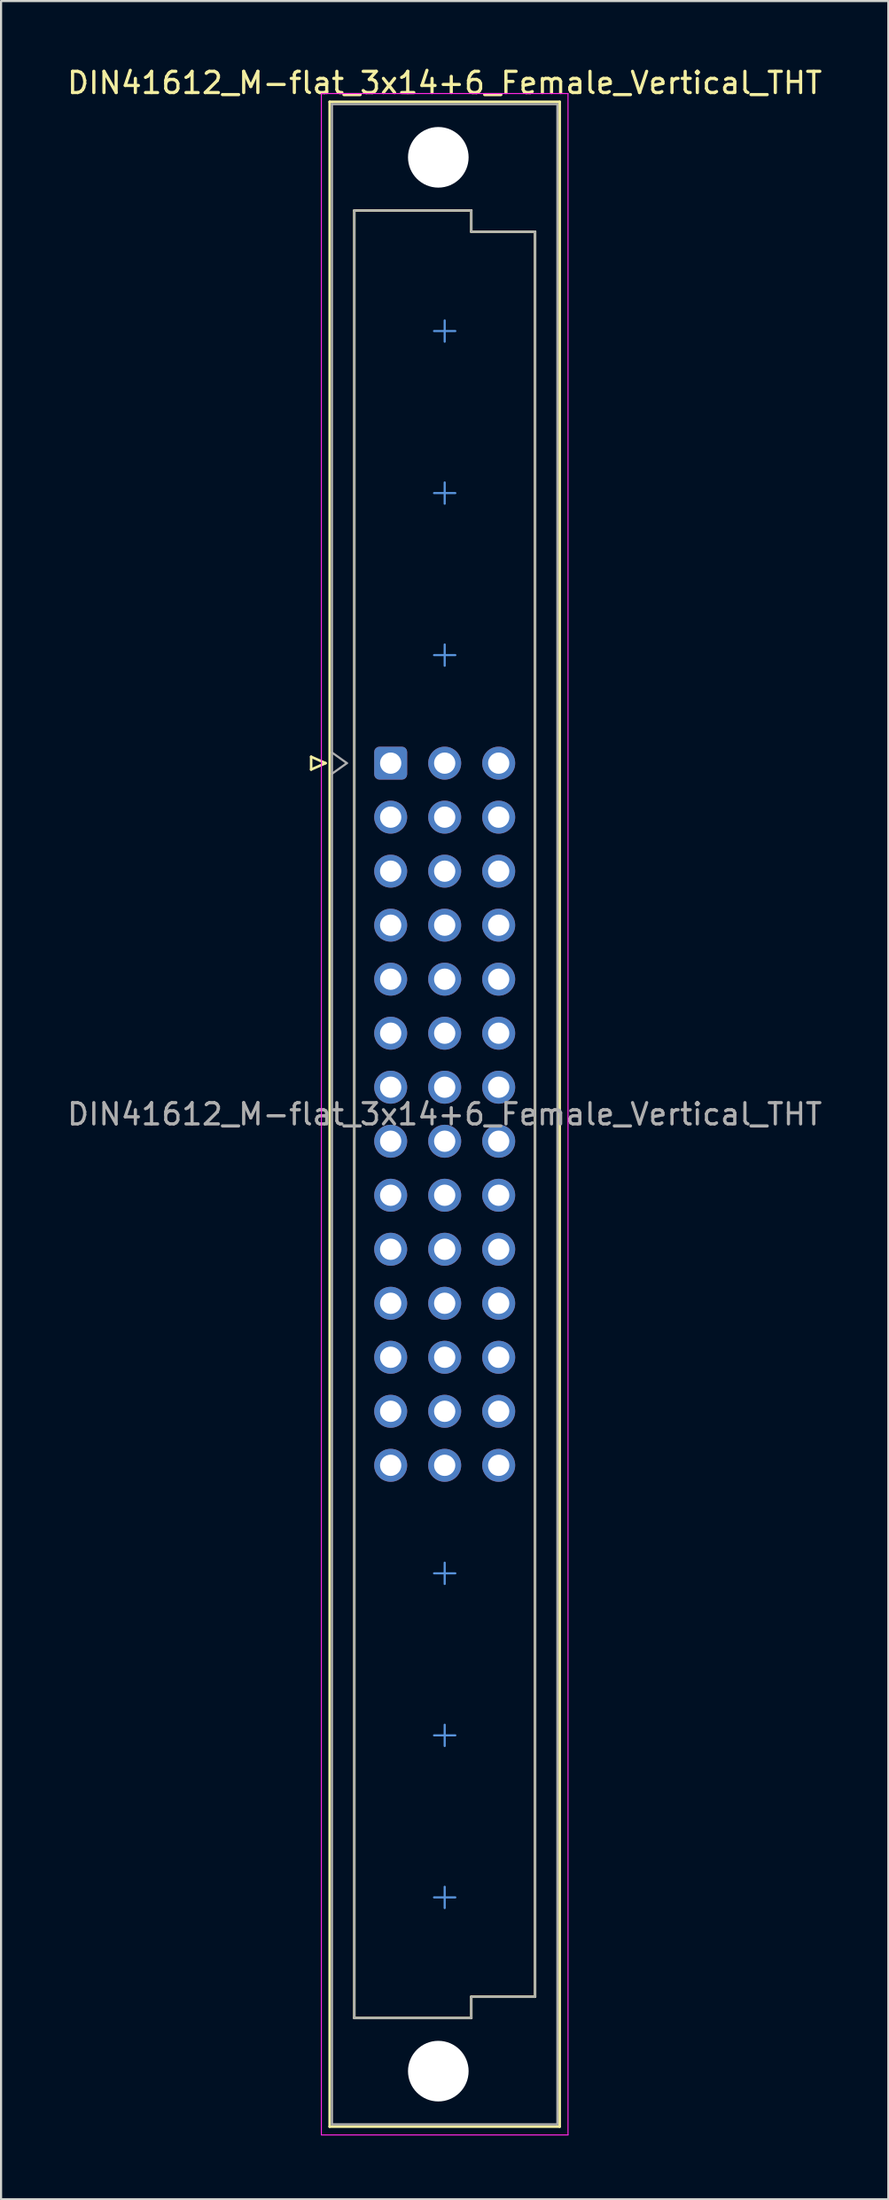
<source format=kicad_pcb>
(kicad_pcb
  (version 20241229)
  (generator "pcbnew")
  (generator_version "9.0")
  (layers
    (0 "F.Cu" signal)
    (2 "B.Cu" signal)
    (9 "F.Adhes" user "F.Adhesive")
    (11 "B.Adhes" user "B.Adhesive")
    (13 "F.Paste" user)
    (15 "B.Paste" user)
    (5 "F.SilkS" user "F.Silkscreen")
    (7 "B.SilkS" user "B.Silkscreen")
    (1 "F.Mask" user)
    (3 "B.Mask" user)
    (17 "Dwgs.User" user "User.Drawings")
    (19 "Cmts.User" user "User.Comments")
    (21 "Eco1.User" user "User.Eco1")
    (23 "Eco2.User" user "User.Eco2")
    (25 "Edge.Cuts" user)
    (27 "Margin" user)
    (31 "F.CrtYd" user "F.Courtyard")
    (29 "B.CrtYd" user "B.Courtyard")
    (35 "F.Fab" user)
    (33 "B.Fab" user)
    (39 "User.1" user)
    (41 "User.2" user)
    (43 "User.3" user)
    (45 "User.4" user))
  (footprint "DIN41612_M-flat_3x14+6_Female_Vertical_THT"
    (layer "F.Cu")
    (at 15.323 9.978)
    (property "Reference" "DIN41612_M-flat_3x14+6_Female_Vertical_THT" (at 2.54 -9.13 0) (layer "F.SilkS") (effects (font (size 1 1) (thickness 0.15))))
    (attr through_hole)
    (fp_line (start -3.74 22.56) (end -3.74 23.16) (stroke (width 0.12) (type solid)) (layer "F.SilkS"))
    (fp_line (start -3.74 23.16) (end -3.06 22.86) (stroke (width 0.12) (type solid)) (layer "F.SilkS"))
    (fp_line (start -3.06 22.86) (end -3.74 22.56) (stroke (width 0.12) (type solid)) (layer "F.SilkS"))
    (fp_line (start -2.87 -8.24) (end 7.95 -8.24) (stroke (width 0.12) (type solid)) (layer "F.SilkS"))
    (fp_line (start -2.87 86.98) (end -2.87 -8.24) (stroke (width 0.12) (type solid)) (layer "F.SilkS"))
    (fp_line (start -1.71 -3.13) (end 3.79 -3.13) (stroke (width 0.12) (type solid)) (layer "F.SilkS"))
    (fp_line (start -1.71 81.87) (end -1.71 -3.13) (stroke (width 0.12) (type solid)) (layer "F.SilkS"))
    (fp_line (start 3.79 -3.13) (end 3.79 -2.13) (stroke (width 0.12) (type solid)) (layer "F.SilkS"))
    (fp_line (start 3.79 -2.13) (end 6.79 -2.13) (stroke (width 0.12) (type solid)) (layer "F.SilkS"))
    (fp_line (start 3.79 80.87) (end 3.79 81.87) (stroke (width 0.12) (type solid)) (layer "F.SilkS"))
    (fp_line (start 3.79 81.87) (end -1.71 81.87) (stroke (width 0.12) (type solid)) (layer "F.SilkS"))
    (fp_line (start 6.79 -2.13) (end 6.79 80.87) (stroke (width 0.12) (type solid)) (layer "F.SilkS"))
    (fp_line (start 6.79 80.87) (end 3.79 80.87) (stroke (width 0.12) (type solid)) (layer "F.SilkS"))
    (fp_line (start 7.95 -8.24) (end 7.95 86.98) (stroke (width 0.12) (type solid)) (layer "F.SilkS"))
    (fp_line (start 7.95 86.98) (end -2.87 86.98) (stroke (width 0.12) (type solid)) (layer "F.SilkS"))
    (fp_line (start 2.54 3.04) (end 2.54 2.04) (stroke (width 0.1) (type solid)) (layer "Cmts.User"))
    (fp_line (start 2.54 10.66) (end 2.54 9.66) (stroke (width 0.1) (type solid)) (layer "Cmts.User"))
    (fp_line (start 2.54 18.28) (end 2.54 17.28) (stroke (width 0.1) (type solid)) (layer "Cmts.User"))
    (fp_line (start 2.54 61.46) (end 2.54 60.46) (stroke (width 0.1) (type solid)) (layer "Cmts.User"))
    (fp_line (start 2.54 69.08) (end 2.54 68.08) (stroke (width 0.1) (type solid)) (layer "Cmts.User"))
    (fp_line (start 2.54 76.7) (end 2.54 75.7) (stroke (width 0.1) (type solid)) (layer "Cmts.User"))
    (fp_line (start 3.04 2.54) (end 2.04 2.54) (stroke (width 0.1) (type solid)) (layer "Cmts.User"))
    (fp_line (start 3.04 10.16) (end 2.04 10.16) (stroke (width 0.1) (type solid)) (layer "Cmts.User"))
    (fp_line (start 3.04 17.78) (end 2.04 17.78) (stroke (width 0.1) (type solid)) (layer "Cmts.User"))
    (fp_line (start 3.04 60.96) (end 2.04 60.96) (stroke (width 0.1) (type solid)) (layer "Cmts.User"))
    (fp_line (start 3.04 68.58) (end 2.04 68.58) (stroke (width 0.1) (type solid)) (layer "Cmts.User"))
    (fp_line (start 3.04 76.2) (end 2.04 76.2) (stroke (width 0.1) (type solid)) (layer "Cmts.User"))
    (fp_line (start -3.26 -8.63) (end 8.34 -8.63) (stroke (width 0.05) (type solid)) (layer "F.CrtYd"))
    (fp_line (start -3.26 87.37) (end -3.26 -8.63) (stroke (width 0.05) (type solid)) (layer "F.CrtYd"))
    (fp_line (start 8.34 -8.63) (end 8.34 87.37) (stroke (width 0.05) (type solid)) (layer "F.CrtYd"))
    (fp_line (start 8.34 87.37) (end -3.26 87.37) (stroke (width 0.05) (type solid)) (layer "F.CrtYd"))
    (fp_line (start -2.76 -8.13) (end 7.84 -8.13) (stroke (width 0.1) (type solid)) (layer "F.Fab"))
    (fp_line (start -2.76 22.36) (end -2.06 22.86) (stroke (width 0.1) (type solid)) (layer "F.Fab"))
    (fp_line (start -2.76 86.87) (end -2.76 -8.13) (stroke (width 0.1) (type solid)) (layer "F.Fab"))
    (fp_line (start -2.06 22.86) (end -2.76 23.36) (stroke (width 0.1) (type solid)) (layer "F.Fab"))
    (fp_line (start -1.71 -3.13) (end 3.79 -3.13) (stroke (width 0.1) (type solid)) (layer "F.Fab"))
    (fp_line (start -1.71 81.87) (end -1.71 -3.13) (stroke (width 0.1) (type solid)) (layer "F.Fab"))
    (fp_line (start 3.79 -3.13) (end 3.79 -2.13) (stroke (width 0.1) (type solid)) (layer "F.Fab"))
    (fp_line (start 3.79 -2.13) (end 6.79 -2.13) (stroke (width 0.1) (type solid)) (layer "F.Fab"))
    (fp_line (start 3.79 80.87) (end 3.79 81.87) (stroke (width 0.1) (type solid)) (layer "F.Fab"))
    (fp_line (start 3.79 81.87) (end -1.71 81.87) (stroke (width 0.1) (type solid)) (layer "F.Fab"))
    (fp_line (start 6.79 -2.13) (end 6.79 80.87) (stroke (width 0.1) (type solid)) (layer "F.Fab"))
    (fp_line (start 6.79 80.87) (end 3.79 80.87) (stroke (width 0.1) (type solid)) (layer "F.Fab"))
    (fp_line (start 7.84 -8.13) (end 7.84 86.87) (stroke (width 0.1) (type solid)) (layer "F.Fab"))
    (fp_line (start 7.84 86.87) (end -2.76 86.87) (stroke (width 0.1) (type solid)) (layer "F.Fab"))
    (fp_text user "${REFERENCE}" (at 2.54 39.37 0) (layer "F.Fab") (effects (font (size 1 1) (thickness 0.15))))
    (pad "" np_thru_hole circle (at 2.24 -5.63) (size 2.85 2.85) (drill 2.85) (layers "*.Cu" "*.Mask"))
    (pad "" np_thru_hole circle (at 2.24 84.37) (size 2.85 2.85) (drill 2.85) (layers "*.Cu" "*.Mask"))
    (pad "a10" thru_hole roundrect (at 0 22.86) (size 1.55 1.55) (drill 1) (layers "*.Cu" "*.Mask") (roundrect_rratio 0.161))
    (pad "a11" thru_hole circle (at 0 25.4) (size 1.55 1.55) (drill 1) (layers "*.Cu" "*.Mask"))
    (pad "a12" thru_hole circle (at 0 27.94) (size 1.55 1.55) (drill 1) (layers "*.Cu" "*.Mask"))
    (pad "a13" thru_hole circle (at 0 30.48) (size 1.55 1.55) (drill 1) (layers "*.Cu" "*.Mask"))
    (pad "a14" thru_hole circle (at 0 33.02) (size 1.55 1.55) (drill 1) (layers "*.Cu" "*.Mask"))
    (pad "a15" thru_hole circle (at 0 35.56) (size 1.55 1.55) (drill 1) (layers "*.Cu" "*.Mask"))
    (pad "a16" thru_hole circle (at 0 38.1) (size 1.55 1.55) (drill 1) (layers "*.Cu" "*.Mask"))
    (pad "a17" thru_hole circle (at 0 40.64) (size 1.55 1.55) (drill 1) (layers "*.Cu" "*.Mask"))
    (pad "a18" thru_hole circle (at 0 43.18) (size 1.55 1.55) (drill 1) (layers "*.Cu" "*.Mask"))
    (pad "a19" thru_hole circle (at 0 45.72) (size 1.55 1.55) (drill 1) (layers "*.Cu" "*.Mask"))
    (pad "a20" thru_hole circle (at 0 48.26) (size 1.55 1.55) (drill 1) (layers "*.Cu" "*.Mask"))
    (pad "a21" thru_hole circle (at 0 50.8) (size 1.55 1.55) (drill 1) (layers "*.Cu" "*.Mask"))
    (pad "a22" thru_hole circle (at 0 53.34) (size 1.55 1.55) (drill 1) (layers "*.Cu" "*.Mask"))
    (pad "a23" thru_hole circle (at 0 55.88) (size 1.55 1.55) (drill 1) (layers "*.Cu" "*.Mask"))
    (pad "b10" thru_hole circle (at 2.54 22.86) (size 1.55 1.55) (drill 1) (layers "*.Cu" "*.Mask"))
    (pad "b11" thru_hole circle (at 2.54 25.4) (size 1.55 1.55) (drill 1) (layers "*.Cu" "*.Mask"))
    (pad "b12" thru_hole circle (at 2.54 27.94) (size 1.55 1.55) (drill 1) (layers "*.Cu" "*.Mask"))
    (pad "b13" thru_hole circle (at 2.54 30.48) (size 1.55 1.55) (drill 1) (layers "*.Cu" "*.Mask"))
    (pad "b14" thru_hole circle (at 2.54 33.02) (size 1.55 1.55) (drill 1) (layers "*.Cu" "*.Mask"))
    (pad "b15" thru_hole circle (at 2.54 35.56) (size 1.55 1.55) (drill 1) (layers "*.Cu" "*.Mask"))
    (pad "b16" thru_hole circle (at 2.54 38.1) (size 1.55 1.55) (drill 1) (layers "*.Cu" "*.Mask"))
    (pad "b17" thru_hole circle (at 2.54 40.64) (size 1.55 1.55) (drill 1) (layers "*.Cu" "*.Mask"))
    (pad "b18" thru_hole circle (at 2.54 43.18) (size 1.55 1.55) (drill 1) (layers "*.Cu" "*.Mask"))
    (pad "b19" thru_hole circle (at 2.54 45.72) (size 1.55 1.55) (drill 1) (layers "*.Cu" "*.Mask"))
    (pad "b20" thru_hole circle (at 2.54 48.26) (size 1.55 1.55) (drill 1) (layers "*.Cu" "*.Mask"))
    (pad "b21" thru_hole circle (at 2.54 50.8) (size 1.55 1.55) (drill 1) (layers "*.Cu" "*.Mask"))
    (pad "b22" thru_hole circle (at 2.54 53.34) (size 1.55 1.55) (drill 1) (layers "*.Cu" "*.Mask"))
    (pad "b23" thru_hole circle (at 2.54 55.88) (size 1.55 1.55) (drill 1) (layers "*.Cu" "*.Mask"))
    (pad "c10" thru_hole circle (at 5.08 22.86) (size 1.55 1.55) (drill 1) (layers "*.Cu" "*.Mask"))
    (pad "c11" thru_hole circle (at 5.08 25.4) (size 1.55 1.55) (drill 1) (layers "*.Cu" "*.Mask"))
    (pad "c12" thru_hole circle (at 5.08 27.94) (size 1.55 1.55) (drill 1) (layers "*.Cu" "*.Mask"))
    (pad "c13" thru_hole circle (at 5.08 30.48) (size 1.55 1.55) (drill 1) (layers "*.Cu" "*.Mask"))
    (pad "c14" thru_hole circle (at 5.08 33.02) (size 1.55 1.55) (drill 1) (layers "*.Cu" "*.Mask"))
    (pad "c15" thru_hole circle (at 5.08 35.56) (size 1.55 1.55) (drill 1) (layers "*.Cu" "*.Mask"))
    (pad "c16" thru_hole circle (at 5.08 38.1) (size 1.55 1.55) (drill 1) (layers "*.Cu" "*.Mask"))
    (pad "c17" thru_hole circle (at 5.08 40.64) (size 1.55 1.55) (drill 1) (layers "*.Cu" "*.Mask"))
    (pad "c18" thru_hole circle (at 5.08 43.18) (size 1.55 1.55) (drill 1) (layers "*.Cu" "*.Mask"))
    (pad "c19" thru_hole circle (at 5.08 45.72) (size 1.55 1.55) (drill 1) (layers "*.Cu" "*.Mask"))
    (pad "c20" thru_hole circle (at 5.08 48.26) (size 1.55 1.55) (drill 1) (layers "*.Cu" "*.Mask"))
    (pad "c21" thru_hole circle (at 5.08 50.8) (size 1.55 1.55) (drill 1) (layers "*.Cu" "*.Mask"))
    (pad "c22" thru_hole circle (at 5.08 53.34) (size 1.55 1.55) (drill 1) (layers "*.Cu" "*.Mask"))
    (pad "c23" thru_hole circle (at 5.08 55.88) (size 1.55 1.55) (drill 1) (layers "*.Cu" "*.Mask")))
  (gr_rect
    (start -3 -3)
    (end 38.726 100.373)
    (stroke (width 0.1) (type default))
    (fill no)
    (layer "Edge.Cuts")))
</source>
